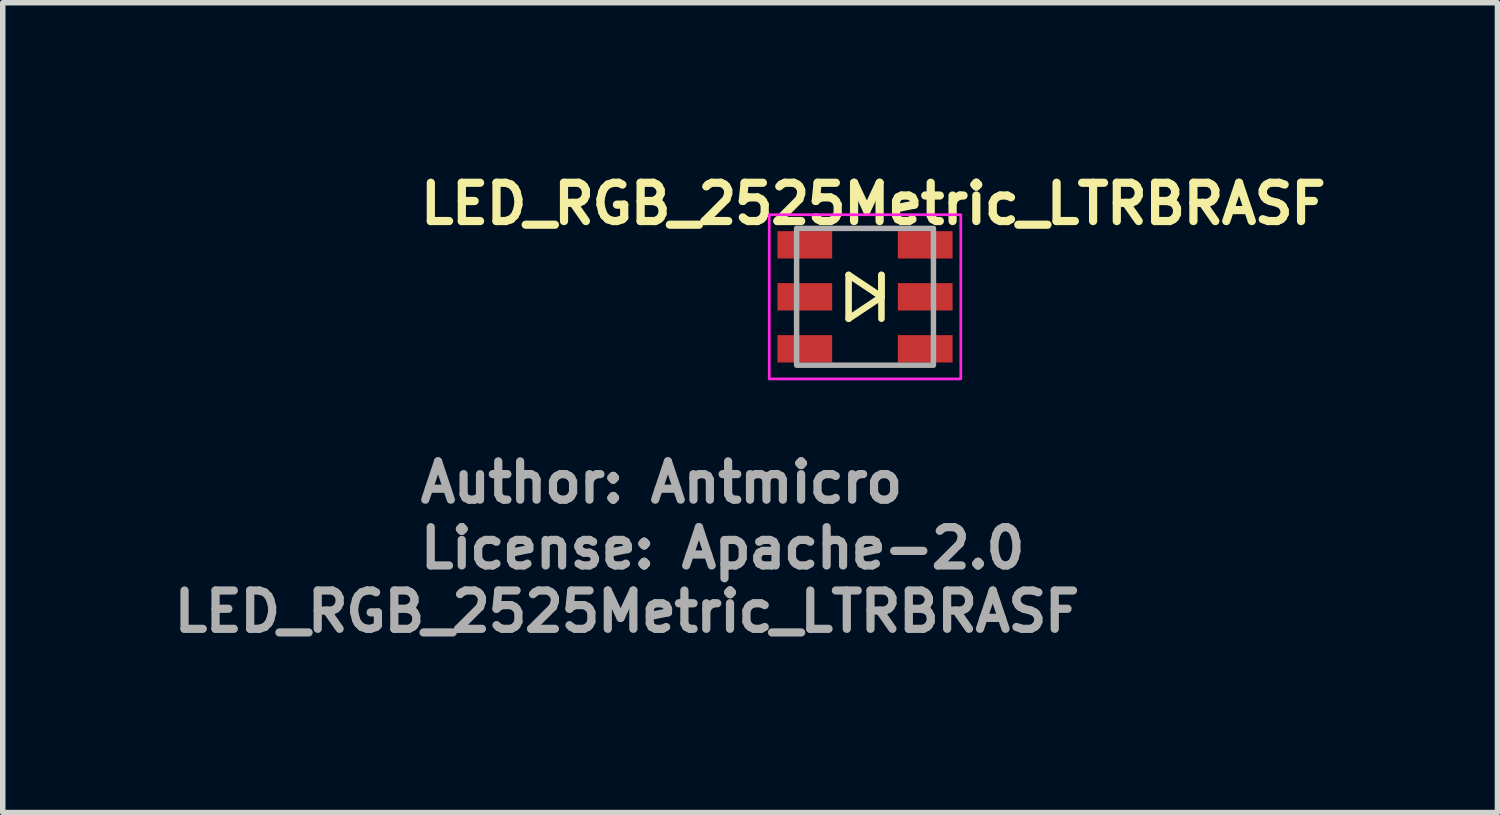
<source format=kicad_pcb>
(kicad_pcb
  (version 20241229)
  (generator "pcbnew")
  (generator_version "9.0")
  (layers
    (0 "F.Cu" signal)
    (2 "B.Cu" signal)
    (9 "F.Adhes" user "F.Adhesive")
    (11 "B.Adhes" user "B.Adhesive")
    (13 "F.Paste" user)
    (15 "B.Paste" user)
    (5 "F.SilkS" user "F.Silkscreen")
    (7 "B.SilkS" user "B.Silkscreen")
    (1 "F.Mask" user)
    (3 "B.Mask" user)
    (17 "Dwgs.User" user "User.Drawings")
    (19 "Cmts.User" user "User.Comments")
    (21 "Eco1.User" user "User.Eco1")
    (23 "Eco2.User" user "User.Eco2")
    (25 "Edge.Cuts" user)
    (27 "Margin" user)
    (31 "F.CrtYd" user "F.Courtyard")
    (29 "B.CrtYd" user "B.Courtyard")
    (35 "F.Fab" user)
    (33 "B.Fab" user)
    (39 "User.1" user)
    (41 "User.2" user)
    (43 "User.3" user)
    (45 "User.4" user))
  (footprint "LED_RGB_2525Metric_LTRBRASF"
    (layer "F.Cu")
    (at 12.755 2.373)
    (property "Reference" "LED_RGB_2525Metric_LTRBRASF" (at 0.15 -1.7 180) (layer "F.SilkS") (effects (font (size 0.7 0.7) (thickness 0.15))))
    (attr smd)
    (fp_line (start -0.3 -0.4) (end 0.3 0) (stroke (width 0.12) (type default)) (layer "F.SilkS"))
    (fp_line (start -0.3 0.4) (end -0.3 -0.4) (stroke (width 0.12) (type default)) (layer "F.SilkS"))
    (fp_line (start 0.3 -0.4) (end 0.3 0) (stroke (width 0.12) (type default)) (layer "F.SilkS"))
    (fp_line (start 0.3 0) (end -0.3 0.4) (stroke (width 0.12) (type default)) (layer "F.SilkS"))
    (fp_line (start 0.3 0) (end 0.3 -0.4) (stroke (width 0.12) (type default)) (layer "F.SilkS"))
    (fp_line (start 0.3 0) (end 0.3 0.4) (stroke (width 0.12) (type default)) (layer "F.SilkS"))
    (fp_rect (start 1.75 -1.5) (end -1.75 1.5) (stroke (width 0.05) (type default)) (fill no) (layer "F.CrtYd"))
    (fp_rect (start -1.25 -1.25) (end 1.25 1.25) (stroke (width 0.1) (type default)) (fill no) (layer "F.Fab"))
    (fp_line (start -1.25 -1) (end -1.25 -0.25) (stroke (width 0.1) (type solid)) (layer "User.9"))
    (fp_line (start -1.25 -1) (end -1.249 -1) (stroke (width 0.1) (type solid)) (layer "User.9"))
    (fp_line (start -1.25 0.25) (end -1.25 1) (stroke (width 0.1) (type solid)) (layer "User.9"))
    (fp_line (start -1.25 0.25) (end -1.249 0.25) (stroke (width 0.1) (type solid)) (layer "User.9"))
    (fp_line (start -1.249 -1.026) (end -1.249 -0.749) (stroke (width 0.1) (type solid)) (layer "User.9"))
    (fp_line (start -1.249 -1.026) (end -1.21 -1.03) (stroke (width 0.1) (type solid)) (layer "User.9"))
    (fp_line (start -1.249 -0.749) (end -0.85 -0.749) (stroke (width 0.1) (type solid)) (layer "User.9"))
    (fp_line (start -1.249 -0.25) (end -1.25 -0.25) (stroke (width 0.1) (type solid)) (layer "User.9"))
    (fp_line (start -1.249 -0.23) (end -1.249 -0.35) (stroke (width 0.1) (type solid)) (layer "User.9"))
    (fp_line (start -1.249 -0.23) (end -1.249 -0.35) (stroke (width 0.1) (type solid)) (layer "User.9"))
    (fp_line (start -1.249 0.23) (end -1.207 0.226) (stroke (width 0.1) (type solid)) (layer "User.9"))
    (fp_line (start -1.249 0.23) (end -1.207 0.226) (stroke (width 0.1) (type solid)) (layer "User.9"))
    (fp_line (start -1.249 0.35) (end -1.249 0.23) (stroke (width 0.1) (type solid)) (layer "User.9"))
    (fp_line (start -1.249 0.35) (end -1.249 0.23) (stroke (width 0.1) (type solid)) (layer "User.9"))
    (fp_line (start -1.249 0.749) (end -1.249 1.026) (stroke (width 0.1) (type solid)) (layer "User.9"))
    (fp_line (start -1.249 1) (end -1.25 1) (stroke (width 0.1) (type solid)) (layer "User.9"))
    (fp_line (start -1.21 1.029) (end -1.249 1.026) (stroke (width 0.1) (type solid)) (layer "User.9"))
    (fp_line (start -1.21 -1.03) (end -1.173 -1.04) (stroke (width 0.1) (type solid)) (layer "User.9"))
    (fp_line (start -1.207 -0.226) (end -1.249 -0.23) (stroke (width 0.1) (type solid)) (layer "User.9"))
    (fp_line (start -1.207 -0.226) (end -1.249 -0.23) (stroke (width 0.1) (type solid)) (layer "User.9"))
    (fp_line (start -1.207 0.226) (end -1.166 0.214) (stroke (width 0.1) (type solid)) (layer "User.9"))
    (fp_line (start -1.207 0.226) (end -1.166 0.214) (stroke (width 0.1) (type solid)) (layer "User.9"))
    (fp_line (start -1.173 1.039) (end -1.21 1.029) (stroke (width 0.1) (type solid)) (layer "User.9"))
    (fp_line (start -1.173 -1.04) (end -1.137 -1.056) (stroke (width 0.1) (type solid)) (layer "User.9"))
    (fp_line (start -1.166 -0.214) (end -1.207 -0.226) (stroke (width 0.1) (type solid)) (layer "User.9"))
    (fp_line (start -1.166 -0.214) (end -1.207 -0.226) (stroke (width 0.1) (type solid)) (layer "User.9"))
    (fp_line (start -1.166 0.214) (end -1.128 0.196) (stroke (width 0.1) (type solid)) (layer "User.9"))
    (fp_line (start -1.166 0.214) (end -1.128 0.196) (stroke (width 0.1) (type solid)) (layer "User.9"))
    (fp_line (start -1.137 1.056) (end -1.173 1.039) (stroke (width 0.1) (type solid)) (layer "User.9"))
    (fp_line (start -1.137 -1.056) (end -1.106 -1.078) (stroke (width 0.1) (type solid)) (layer "User.9"))
    (fp_line (start -1.128 -0.196) (end -1.166 -0.214) (stroke (width 0.1) (type solid)) (layer "User.9"))
    (fp_line (start -1.128 -0.196) (end -1.166 -0.214) (stroke (width 0.1) (type solid)) (layer "User.9"))
    (fp_line (start -1.128 0.196) (end -1.094 0.17) (stroke (width 0.1) (type solid)) (layer "User.9"))
    (fp_line (start -1.128 0.196) (end -1.094 0.17) (stroke (width 0.1) (type solid)) (layer "User.9"))
    (fp_line (start -1.106 1.078) (end -1.137 1.056) (stroke (width 0.1) (type solid)) (layer "User.9"))
    (fp_line (start -1.106 -1.078) (end -1.078 -1.106) (stroke (width 0.1) (type solid)) (layer "User.9"))
    (fp_line (start -1.094 -0.17) (end -1.128 -0.196) (stroke (width 0.1) (type solid)) (layer "User.9"))
    (fp_line (start -1.094 -0.17) (end -1.128 -0.196) (stroke (width 0.1) (type solid)) (layer "User.9"))
    (fp_line (start -1.094 0.17) (end -1.065 0.139) (stroke (width 0.1) (type solid)) (layer "User.9"))
    (fp_line (start -1.094 0.17) (end -1.065 0.139) (stroke (width 0.1) (type solid)) (layer "User.9"))
    (fp_line (start -1.078 1.106) (end -1.106 1.078) (stroke (width 0.1) (type solid)) (layer "User.9"))
    (fp_line (start -1.078 -1.106) (end -1.056 -1.137) (stroke (width 0.1) (type solid)) (layer "User.9"))
    (fp_line (start -1.065 -0.139) (end -1.094 -0.17) (stroke (width 0.1) (type solid)) (layer "User.9"))
    (fp_line (start -1.065 -0.139) (end -1.094 -0.17) (stroke (width 0.1) (type solid)) (layer "User.9"))
    (fp_line (start -1.065 0.139) (end -1.043 0.103) (stroke (width 0.1) (type solid)) (layer "User.9"))
    (fp_line (start -1.065 0.139) (end -1.043 0.103) (stroke (width 0.1) (type solid)) (layer "User.9"))
    (fp_line (start -1.056 1.137) (end -1.078 1.106) (stroke (width 0.1) (type solid)) (layer "User.9"))
    (fp_line (start -1.056 -1.137) (end -1.039 -1.173) (stroke (width 0.1) (type solid)) (layer "User.9"))
    (fp_line (start -1.043 -0.103) (end -1.065 -0.139) (stroke (width 0.1) (type solid)) (layer "User.9"))
    (fp_line (start -1.043 -0.103) (end -1.065 -0.139) (stroke (width 0.1) (type solid)) (layer "User.9"))
    (fp_line (start -1.043 0.103) (end -1.028 0.063) (stroke (width 0.1) (type solid)) (layer "User.9"))
    (fp_line (start -1.043 0.103) (end -1.028 0.063) (stroke (width 0.1) (type solid)) (layer "User.9"))
    (fp_line (start -1.04 1.173) (end -1.056 1.137) (stroke (width 0.1) (type solid)) (layer "User.9"))
    (fp_line (start -1.039 -1.173) (end -1.029 -1.21) (stroke (width 0.1) (type solid)) (layer "User.9"))
    (fp_line (start -1.03 1.21) (end -1.04 1.173) (stroke (width 0.1) (type solid)) (layer "User.9"))
    (fp_line (start -1.029 -1.21) (end -1.026 -1.249) (stroke (width 0.1) (type solid)) (layer "User.9"))
    (fp_line (start -1.028 -0.063) (end -1.043 -0.103) (stroke (width 0.1) (type solid)) (layer "User.9"))
    (fp_line (start -1.028 -0.063) (end -1.043 -0.103) (stroke (width 0.1) (type solid)) (layer "User.9"))
    (fp_line (start -1.028 0.063) (end -1.02 0.021) (stroke (width 0.1) (type solid)) (layer "User.9"))
    (fp_line (start -1.028 0.063) (end -1.02 0.021) (stroke (width 0.1) (type solid)) (layer "User.9"))
    (fp_line (start -1.026 1.249) (end -1.03 1.21) (stroke (width 0.1) (type solid)) (layer "User.9"))
    (fp_line (start -1.026 1.249) (end -0.85 1.249) (stroke (width 0.1) (type solid)) (layer "User.9"))
    (fp_line (start -1.02 -0.021) (end -1.028 -0.063) (stroke (width 0.1) (type solid)) (layer "User.9"))
    (fp_line (start -1.02 -0.021) (end -1.028 -0.063) (stroke (width 0.1) (type solid)) (layer "User.9"))
    (fp_line (start -1.02 0.021) (end -1.02 -0.021) (stroke (width 0.1) (type solid)) (layer "User.9"))
    (fp_line (start -1.02 0.021) (end -1.02 -0.021) (stroke (width 0.1) (type solid)) (layer "User.9"))
    (fp_line (start -1 -1.249) (end -1 -1.25) (stroke (width 0.1) (type solid)) (layer "User.9"))
    (fp_line (start -1 1.25) (end -1 1.249) (stroke (width 0.1) (type solid)) (layer "User.9"))
    (fp_line (start -1 1.25) (end -0.85 1.25) (stroke (width 0.1) (type solid)) (layer "User.9"))
    (fp_line (start -0.85 -1.25) (end -1 -1.25) (stroke (width 0.1) (type solid)) (layer "User.9"))
    (fp_line (start -0.85 -1.25) (end -0.85 1.255) (stroke (width 0.1) (type solid)) (layer "User.9"))
    (fp_line (start -0.85 -1.249) (end -1.026 -1.249) (stroke (width 0.1) (type solid)) (layer "User.9"))
    (fp_line (start -0.85 -0.35) (end -1.249 -0.35) (stroke (width 0.1) (type solid)) (layer "User.9"))
    (fp_line (start -0.85 -0.35) (end -1.249 -0.35) (stroke (width 0.1) (type solid)) (layer "User.9"))
    (fp_line (start -0.85 0.35) (end -1.249 0.35) (stroke (width 0.1) (type solid)) (layer "User.9"))
    (fp_line (start -0.85 0.35) (end -1.249 0.35) (stroke (width 0.1) (type solid)) (layer "User.9"))
    (fp_line (start -0.85 0.749) (end -1.249 0.749) (stroke (width 0.1) (type solid)) (layer "User.9"))
    (fp_line (start -0.85 1.255) (end 0.95 1.255) (stroke (width 0.1) (type solid)) (layer "User.9"))
    (fp_line (start 0.95 -1.25) (end -0.85 -1.25) (stroke (width 0.1) (type solid)) (layer "User.9"))
    (fp_line (start 0.95 -0.749) (end 1.249 -0.749) (stroke (width 0.1) (type solid)) (layer "User.9"))
    (fp_line (start 0.95 -0.35) (end 1.249 -0.35) (stroke (width 0.1) (type solid)) (layer "User.9"))
    (fp_line (start 0.95 0.35) (end 1.249 0.35) (stroke (width 0.1) (type solid)) (layer "User.9"))
    (fp_line (start 0.95 1.249) (end 1.026 1.249) (stroke (width 0.1) (type solid)) (layer "User.9"))
    (fp_line (start 0.95 1.25) (end 1 1.25) (stroke (width 0.1) (type solid)) (layer "User.9"))
    (fp_line (start 0.95 1.255) (end 0.95 -1.25) (stroke (width 0.1) (type solid)) (layer "User.9"))
    (fp_line (start 1 1.249) (end 1 1.25) (stroke (width 0.1) (type solid)) (layer "User.9"))
    (fp_line (start 1 -1.25) (end 0.95 -1.25) (stroke (width 0.1) (type solid)) (layer "User.9"))
    (fp_line (start 1 -1.25) (end 1 -1.249) (stroke (width 0.1) (type solid)) (layer "User.9"))
    (fp_line (start 1.02 -0.021) (end 1.02 0.021) (stroke (width 0.1) (type solid)) (layer "User.9"))
    (fp_line (start 1.02 0.021) (end 1.028 0.063) (stroke (width 0.1) (type solid)) (layer "User.9"))
    (fp_line (start 1.026 -1.249) (end 0.95 -1.249) (stroke (width 0.1) (type solid)) (layer "User.9"))
    (fp_line (start 1.026 -1.249) (end 1.03 -1.21) (stroke (width 0.1) (type solid)) (layer "User.9"))
    (fp_line (start 1.028 -0.063) (end 1.02 -0.021) (stroke (width 0.1) (type solid)) (layer "User.9"))
    (fp_line (start 1.028 0.063) (end 1.043 0.103) (stroke (width 0.1) (type solid)) (layer "User.9"))
    (fp_line (start 1.029 1.21) (end 1.026 1.249) (stroke (width 0.1) (type solid)) (layer "User.9"))
    (fp_line (start 1.03 -1.21) (end 1.04 -1.173) (stroke (width 0.1) (type solid)) (layer "User.9"))
    (fp_line (start 1.039 1.173) (end 1.029 1.21) (stroke (width 0.1) (type solid)) (layer "User.9"))
    (fp_line (start 1.04 -1.173) (end 1.056 -1.137) (stroke (width 0.1) (type solid)) (layer "User.9"))
    (fp_line (start 1.043 -0.103) (end 1.028 -0.063) (stroke (width 0.1) (type solid)) (layer "User.9"))
    (fp_line (start 1.043 0.103) (end 1.065 0.139) (stroke (width 0.1) (type solid)) (layer "User.9"))
    (fp_line (start 1.056 1.137) (end 1.039 1.173) (stroke (width 0.1) (type solid)) (layer "User.9"))
    (fp_line (start 1.056 -1.137) (end 1.078 -1.106) (stroke (width 0.1) (type solid)) (layer "User.9"))
    (fp_line (start 1.065 -0.139) (end 1.043 -0.103) (stroke (width 0.1) (type solid)) (layer "User.9"))
    (fp_line (start 1.065 0.139) (end 1.094 0.17) (stroke (width 0.1) (type solid)) (layer "User.9"))
    (fp_line (start 1.078 1.106) (end 1.056 1.137) (stroke (width 0.1) (type solid)) (layer "User.9"))
    (fp_line (start 1.078 -1.106) (end 1.106 -1.078) (stroke (width 0.1) (type solid)) (layer "User.9"))
    (fp_line (start 1.094 -0.17) (end 1.065 -0.139) (stroke (width 0.1) (type solid)) (layer "User.9"))
    (fp_line (start 1.094 0.17) (end 1.128 0.196) (stroke (width 0.1) (type solid)) (layer "User.9"))
    (fp_line (start 1.106 1.078) (end 1.078 1.106) (stroke (width 0.1) (type solid)) (layer "User.9"))
    (fp_line (start 1.106 -1.078) (end 1.137 -1.056) (stroke (width 0.1) (type solid)) (layer "User.9"))
    (fp_line (start 1.128 -0.196) (end 1.094 -0.17) (stroke (width 0.1) (type solid)) (layer "User.9"))
    (fp_line (start 1.128 0.196) (end 1.166 0.214) (stroke (width 0.1) (type solid)) (layer "User.9"))
    (fp_line (start 1.137 1.056) (end 1.106 1.078) (stroke (width 0.1) (type solid)) (layer "User.9"))
    (fp_line (start 1.137 -1.056) (end 1.173 -1.039) (stroke (width 0.1) (type solid)) (layer "User.9"))
    (fp_line (start 1.166 -0.214) (end 1.128 -0.196) (stroke (width 0.1) (type solid)) (layer "User.9"))
    (fp_line (start 1.166 0.214) (end 1.207 0.226) (stroke (width 0.1) (type solid)) (layer "User.9"))
    (fp_line (start 1.173 1.04) (end 1.137 1.056) (stroke (width 0.1) (type solid)) (layer "User.9"))
    (fp_line (start 1.173 -1.039) (end 1.21 -1.029) (stroke (width 0.1) (type solid)) (layer "User.9"))
    (fp_line (start 1.207 -0.226) (end 1.166 -0.214) (stroke (width 0.1) (type solid)) (layer "User.9"))
    (fp_line (start 1.207 0.226) (end 1.249 0.23) (stroke (width 0.1) (type solid)) (layer "User.9"))
    (fp_line (start 1.21 1.03) (end 1.173 1.04) (stroke (width 0.1) (type solid)) (layer "User.9"))
    (fp_line (start 1.21 -1.029) (end 1.249 -1.026) (stroke (width 0.1) (type solid)) (layer "User.9"))
    (fp_line (start 1.249 -1) (end 1.25 -1) (stroke (width 0.1) (type solid)) (layer "User.9"))
    (fp_line (start 1.249 -0.749) (end 1.249 -1.026) (stroke (width 0.1) (type solid)) (layer "User.9"))
    (fp_line (start 1.249 -0.35) (end 1.249 -0.23) (stroke (width 0.1) (type solid)) (layer "User.9"))
    (fp_line (start 1.249 -0.23) (end 1.207 -0.226) (stroke (width 0.1) (type solid)) (layer "User.9"))
    (fp_line (start 1.249 0.23) (end 1.249 0.35) (stroke (width 0.1) (type solid)) (layer "User.9"))
    (fp_line (start 1.249 0.25) (end 1.25 0.25) (stroke (width 0.1) (type solid)) (layer "User.9"))
    (fp_line (start 1.249 0.749) (end 0.95 0.749) (stroke (width 0.1) (type solid)) (layer "User.9"))
    (fp_line (start 1.249 1.026) (end 1.21 1.03) (stroke (width 0.1) (type solid)) (layer "User.9"))
    (fp_line (start 1.249 1.026) (end 1.249 0.749) (stroke (width 0.1) (type solid)) (layer "User.9"))
    (fp_line (start 1.25 -0.25) (end 1.249 -0.25) (stroke (width 0.1) (type solid)) (layer "User.9"))
    (fp_line (start 1.25 -0.25) (end 1.25 -1) (stroke (width 0.1) (type solid)) (layer "User.9"))
    (fp_line (start 1.25 1) (end 1.249 1) (stroke (width 0.1) (type solid)) (layer "User.9"))
    (fp_line (start 1.25 1) (end 1.25 0.25) (stroke (width 0.1) (type solid)) (layer "User.9"))
    (fp_text user "${REFERENCE}" (at -4.35 5.75 0) (layer "F.Fab") (effects (font (size 0.7 0.7) (thickness 0.15) (bold yes))))
    (fp_text user "License: Apache-2.0" (at -8.2 5.002 0) (layer "F.Fab") (effects (font (size 0.7 0.7) (thickness 0.15)) (justify left bottom)))
    (fp_text user "Author: Antmicro" (at -8.2 3.8 0) (layer "F.Fab") (effects (font (size 0.7 0.7) (thickness 0.15)) (justify left bottom)))
    (pad "1" smd rect (at -1.1 -0.95 270) (size 0.5 1) (layers "F.Cu" "F.Mask" "F.Paste"))
    (pad "2" smd rect (at -1.1 0 270) (size 0.5 1) (layers "F.Cu" "F.Mask" "F.Paste"))
    (pad "3" smd rect (at -1.1 0.95 270) (size 0.5 1) (layers "F.Cu" "F.Mask" "F.Paste"))
    (pad "4" smd rect (at 1.1 0.95 270) (size 0.5 1) (layers "F.Cu" "F.Mask" "F.Paste"))
    (pad "5" smd rect (at 1.1 0 270) (size 0.5 1) (layers "F.Cu" "F.Mask" "F.Paste"))
    (pad "6" smd rect (at 1.1 -0.95 270) (size 0.5 1) (layers "F.Cu" "F.Mask" "F.Paste")))
  (gr_rect
    (start -3 -3)
    (end 24.31 11.796)
    (stroke (width 0.1) (type default))
    (fill no)
    (layer "Edge.Cuts")))
</source>
